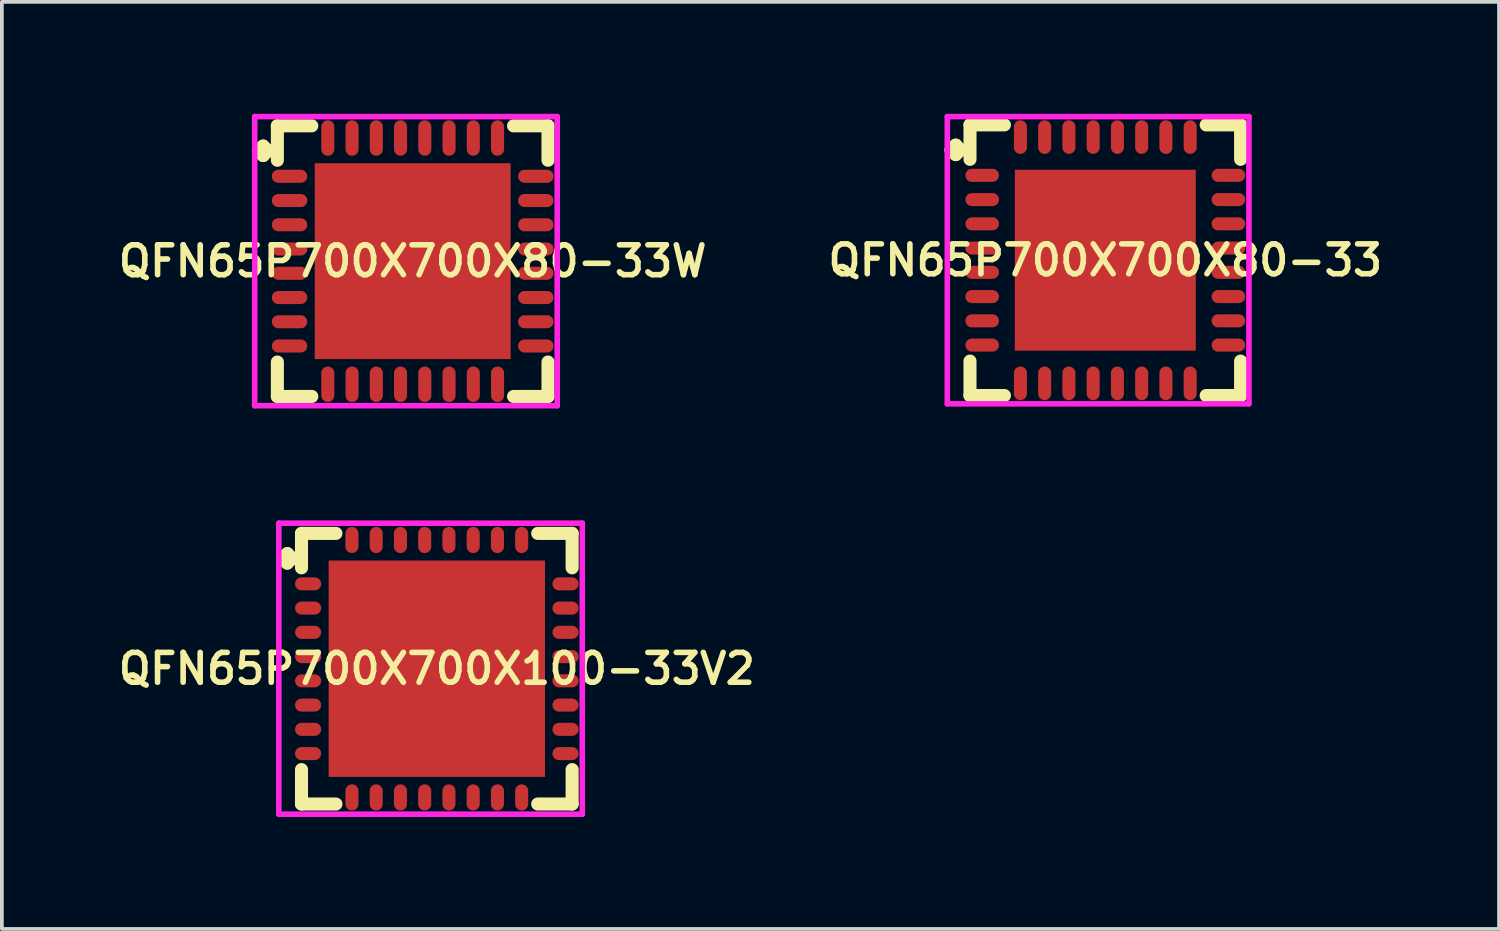
<source format=kicad_pcb>
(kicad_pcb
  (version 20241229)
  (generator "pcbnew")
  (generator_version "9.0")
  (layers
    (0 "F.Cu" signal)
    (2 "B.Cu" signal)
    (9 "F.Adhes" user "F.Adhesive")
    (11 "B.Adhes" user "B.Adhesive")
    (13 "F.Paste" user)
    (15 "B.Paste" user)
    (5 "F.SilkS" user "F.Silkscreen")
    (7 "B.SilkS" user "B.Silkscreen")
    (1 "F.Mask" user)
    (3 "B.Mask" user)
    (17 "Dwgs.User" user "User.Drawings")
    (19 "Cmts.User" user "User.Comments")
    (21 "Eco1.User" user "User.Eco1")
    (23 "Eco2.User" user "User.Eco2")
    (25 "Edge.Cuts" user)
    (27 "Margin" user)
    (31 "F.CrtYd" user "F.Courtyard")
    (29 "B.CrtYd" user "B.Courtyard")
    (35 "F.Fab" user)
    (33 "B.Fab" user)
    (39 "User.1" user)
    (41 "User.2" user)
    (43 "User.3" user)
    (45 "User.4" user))
  (footprint "QFN65P700X700X100-33V2"
    (layer "F.Cu")
    (at 8.659 14.875)
    (property "Reference" "QFN65P700X700X100-33V2" (at 0 0 0) (layer "F.SilkS") (effects (font (size 0.8 0.8) (thickness 0.15))))
    (attr smd)
    (fp_line (start -4.135 -2.958) (end -4.008 -3.085) (stroke (width 0.35) (type solid)) (layer "F.SilkS"))
    (fp_line (start -4.008 -3.085) (end -3.881 -2.958) (stroke (width 0.35) (type solid)) (layer "F.SilkS"))
    (fp_line (start -4.008 -2.831) (end -4.135 -2.958) (stroke (width 0.35) (type solid)) (layer "F.SilkS"))
    (fp_line (start -3.881 -2.958) (end -4.008 -2.831) (stroke (width 0.35) (type solid)) (layer "F.SilkS"))
    (fp_line (start -3.627 -3.627) (end -2.704 -3.627) (stroke (width 0.35) (type solid)) (layer "F.SilkS"))
    (fp_line (start -3.627 -2.704) (end -3.627 -3.627) (stroke (width 0.35) (type solid)) (layer "F.SilkS"))
    (fp_line (start -3.627 2.704) (end -3.627 3.627) (stroke (width 0.35) (type solid)) (layer "F.SilkS"))
    (fp_line (start -3.627 3.627) (end -2.704 3.627) (stroke (width 0.35) (type solid)) (layer "F.SilkS"))
    (fp_line (start 2.704 -3.627) (end 3.627 -3.627) (stroke (width 0.35) (type solid)) (layer "F.SilkS"))
    (fp_line (start 2.704 3.627) (end 3.627 3.627) (stroke (width 0.35) (type solid)) (layer "F.SilkS"))
    (fp_line (start 3.627 -3.627) (end 3.627 -2.704) (stroke (width 0.35) (type solid)) (layer "F.SilkS"))
    (fp_line (start 3.627 3.627) (end 3.627 2.704) (stroke (width 0.35) (type solid)) (layer "F.SilkS"))
    (fp_line (start -4.235 -3.9) (end 3.9 -3.9) (stroke (width 0.15) (type solid)) (layer "F.CrtYd"))
    (fp_line (start -4.235 3.9) (end -4.235 -3.9) (stroke (width 0.15) (type solid)) (layer "F.CrtYd"))
    (fp_line (start 3.9 -3.9) (end 3.9 3.9) (stroke (width 0.15) (type solid)) (layer "F.CrtYd"))
    (fp_line (start 3.9 3.9) (end -4.235 3.9) (stroke (width 0.15) (type solid)) (layer "F.CrtYd"))
    (pad "1" smd oval (at -3.45 -2.275) (size 0.7 0.35) (layers "F.Cu" "F.Mask" "F.Paste"))
    (pad "2" smd oval (at -3.45 -1.625) (size 0.7 0.35) (layers "F.Cu" "F.Mask" "F.Paste"))
    (pad "3" smd oval (at -3.45 -0.975) (size 0.7 0.35) (layers "F.Cu" "F.Mask" "F.Paste"))
    (pad "4" smd oval (at -3.45 -0.325) (size 0.7 0.35) (layers "F.Cu" "F.Mask" "F.Paste"))
    (pad "5" smd oval (at -3.45 0.325) (size 0.7 0.35) (layers "F.Cu" "F.Mask" "F.Paste"))
    (pad "6" smd oval (at -3.45 0.975) (size 0.7 0.35) (layers "F.Cu" "F.Mask" "F.Paste"))
    (pad "7" smd oval (at -3.45 1.625) (size 0.7 0.35) (layers "F.Cu" "F.Mask" "F.Paste"))
    (pad "8" smd oval (at -3.45 2.275) (size 0.7 0.35) (layers "F.Cu" "F.Mask" "F.Paste"))
    (pad "9" smd oval (at -2.275 3.45) (size 0.35 0.7) (layers "F.Cu" "F.Mask" "F.Paste"))
    (pad "10" smd oval (at -1.625 3.45) (size 0.35 0.7) (layers "F.Cu" "F.Mask" "F.Paste"))
    (pad "11" smd oval (at -0.975 3.45) (size 0.35 0.7) (layers "F.Cu" "F.Mask" "F.Paste"))
    (pad "12" smd oval (at -0.325 3.45) (size 0.35 0.7) (layers "F.Cu" "F.Mask" "F.Paste"))
    (pad "13" smd oval (at 0.325 3.45) (size 0.35 0.7) (layers "F.Cu" "F.Mask" "F.Paste"))
    (pad "14" smd oval (at 0.975 3.45) (size 0.35 0.7) (layers "F.Cu" "F.Mask" "F.Paste"))
    (pad "15" smd oval (at 1.625 3.45) (size 0.35 0.7) (layers "F.Cu" "F.Mask" "F.Paste"))
    (pad "16" smd oval (at 2.275 3.45) (size 0.35 0.7) (layers "F.Cu" "F.Mask" "F.Paste"))
    (pad "17" smd oval (at 3.45 2.275) (size 0.7 0.35) (layers "F.Cu" "F.Mask" "F.Paste"))
    (pad "18" smd oval (at 3.45 1.625) (size 0.7 0.35) (layers "F.Cu" "F.Mask" "F.Paste"))
    (pad "19" smd oval (at 3.45 0.975) (size 0.7 0.35) (layers "F.Cu" "F.Mask" "F.Paste"))
    (pad "20" smd oval (at 3.45 0.325) (size 0.7 0.35) (layers "F.Cu" "F.Mask" "F.Paste"))
    (pad "21" smd oval (at 3.45 -0.325) (size 0.7 0.35) (layers "F.Cu" "F.Mask" "F.Paste"))
    (pad "22" smd oval (at 3.45 -0.975) (size 0.7 0.35) (layers "F.Cu" "F.Mask" "F.Paste"))
    (pad "23" smd oval (at 3.45 -1.625) (size 0.7 0.35) (layers "F.Cu" "F.Mask" "F.Paste"))
    (pad "24" smd oval (at 3.45 -2.275) (size 0.7 0.35) (layers "F.Cu" "F.Mask" "F.Paste"))
    (pad "25" smd oval (at 2.275 -3.45) (size 0.35 0.7) (layers "F.Cu" "F.Mask" "F.Paste"))
    (pad "26" smd oval (at 1.625 -3.45) (size 0.35 0.7) (layers "F.Cu" "F.Mask" "F.Paste"))
    (pad "27" smd oval (at 0.975 -3.45) (size 0.35 0.7) (layers "F.Cu" "F.Mask" "F.Paste"))
    (pad "28" smd oval (at 0.325 -3.45) (size 0.35 0.7) (layers "F.Cu" "F.Mask" "F.Paste"))
    (pad "29" smd oval (at -0.325 -3.45) (size 0.35 0.7) (layers "F.Cu" "F.Mask" "F.Paste"))
    (pad "30" smd oval (at -0.975 -3.45) (size 0.35 0.7) (layers "F.Cu" "F.Mask" "F.Paste"))
    (pad "31" smd oval (at -1.625 -3.45) (size 0.35 0.7) (layers "F.Cu" "F.Mask" "F.Paste"))
    (pad "32" smd oval (at -2.275 -3.45) (size 0.35 0.7) (layers "F.Cu" "F.Mask" "F.Paste"))
    (pad "33" smd rect (at 0 0) (size 5.8 5.8) (layers "F.Cu" "F.Mask" "F.Paste")))
  (footprint "QFN65P700X700X80-33"
    (layer "F.Cu")
    (at 26.578 3.925)
    (property "Reference" "QFN65P700X700X80-33" (at 0 0 0) (layer "F.SilkS") (effects (font (size 0.8 0.8) (thickness 0.15))))
    (attr smd)
    (fp_line (start -4.135 -2.958) (end -4.008 -3.085) (stroke (width 0.35) (type solid)) (layer "F.SilkS"))
    (fp_line (start -4.008 -3.085) (end -3.881 -2.958) (stroke (width 0.35) (type solid)) (layer "F.SilkS"))
    (fp_line (start -4.008 -2.831) (end -4.135 -2.958) (stroke (width 0.35) (type solid)) (layer "F.SilkS"))
    (fp_line (start -3.881 -2.958) (end -4.008 -2.831) (stroke (width 0.35) (type solid)) (layer "F.SilkS"))
    (fp_line (start -3.627 -3.627) (end -2.704 -3.627) (stroke (width 0.35) (type solid)) (layer "F.SilkS"))
    (fp_line (start -3.627 -2.704) (end -3.627 -3.627) (stroke (width 0.35) (type solid)) (layer "F.SilkS"))
    (fp_line (start -3.627 2.704) (end -3.627 3.627) (stroke (width 0.35) (type solid)) (layer "F.SilkS"))
    (fp_line (start -3.627 3.627) (end -2.704 3.627) (stroke (width 0.35) (type solid)) (layer "F.SilkS"))
    (fp_line (start 2.704 -3.627) (end 3.627 -3.627) (stroke (width 0.35) (type solid)) (layer "F.SilkS"))
    (fp_line (start 2.704 3.627) (end 3.627 3.627) (stroke (width 0.35) (type solid)) (layer "F.SilkS"))
    (fp_line (start 3.627 -3.627) (end 3.627 -2.704) (stroke (width 0.35) (type solid)) (layer "F.SilkS"))
    (fp_line (start 3.627 3.627) (end 3.627 2.704) (stroke (width 0.35) (type solid)) (layer "F.SilkS"))
    (fp_line (start -4.235 -3.85) (end 3.85 -3.85) (stroke (width 0.15) (type solid)) (layer "F.CrtYd"))
    (fp_line (start -4.235 3.85) (end -4.235 -3.85) (stroke (width 0.15) (type solid)) (layer "F.CrtYd"))
    (fp_line (start 3.85 -3.85) (end 3.85 3.85) (stroke (width 0.15) (type solid)) (layer "F.CrtYd"))
    (fp_line (start 3.85 3.85) (end -4.235 3.85) (stroke (width 0.15) (type solid)) (layer "F.CrtYd"))
    (pad "1" smd oval (at -3.3 -2.275) (size 0.9 0.35) (layers "F.Cu" "F.Mask" "F.Paste"))
    (pad "2" smd oval (at -3.3 -1.625) (size 0.9 0.35) (layers "F.Cu" "F.Mask" "F.Paste"))
    (pad "3" smd oval (at -3.3 -0.975) (size 0.9 0.35) (layers "F.Cu" "F.Mask" "F.Paste"))
    (pad "4" smd oval (at -3.3 -0.325) (size 0.9 0.35) (layers "F.Cu" "F.Mask" "F.Paste"))
    (pad "5" smd oval (at -3.3 0.325) (size 0.9 0.35) (layers "F.Cu" "F.Mask" "F.Paste"))
    (pad "6" smd oval (at -3.3 0.975) (size 0.9 0.35) (layers "F.Cu" "F.Mask" "F.Paste"))
    (pad "7" smd oval (at -3.3 1.625) (size 0.9 0.35) (layers "F.Cu" "F.Mask" "F.Paste"))
    (pad "8" smd oval (at -3.3 2.275) (size 0.9 0.35) (layers "F.Cu" "F.Mask" "F.Paste"))
    (pad "9" smd oval (at -2.275 3.3) (size 0.35 0.9) (layers "F.Cu" "F.Mask" "F.Paste"))
    (pad "10" smd oval (at -1.625 3.3) (size 0.35 0.9) (layers "F.Cu" "F.Mask" "F.Paste"))
    (pad "11" smd oval (at -0.975 3.3) (size 0.35 0.9) (layers "F.Cu" "F.Mask" "F.Paste"))
    (pad "12" smd oval (at -0.325 3.3) (size 0.35 0.9) (layers "F.Cu" "F.Mask" "F.Paste"))
    (pad "13" smd oval (at 0.325 3.3) (size 0.35 0.9) (layers "F.Cu" "F.Mask" "F.Paste"))
    (pad "14" smd oval (at 0.975 3.3) (size 0.35 0.9) (layers "F.Cu" "F.Mask" "F.Paste"))
    (pad "15" smd oval (at 1.625 3.3) (size 0.35 0.9) (layers "F.Cu" "F.Mask" "F.Paste"))
    (pad "16" smd oval (at 2.275 3.3) (size 0.35 0.9) (layers "F.Cu" "F.Mask" "F.Paste"))
    (pad "17" smd oval (at 3.3 2.275) (size 0.9 0.35) (layers "F.Cu" "F.Mask" "F.Paste"))
    (pad "18" smd oval (at 3.3 1.625) (size 0.9 0.35) (layers "F.Cu" "F.Mask" "F.Paste"))
    (pad "19" smd oval (at 3.3 0.975) (size 0.9 0.35) (layers "F.Cu" "F.Mask" "F.Paste"))
    (pad "20" smd oval (at 3.3 0.325) (size 0.9 0.35) (layers "F.Cu" "F.Mask" "F.Paste"))
    (pad "21" smd oval (at 3.3 -0.325) (size 0.9 0.35) (layers "F.Cu" "F.Mask" "F.Paste"))
    (pad "22" smd oval (at 3.3 -0.975) (size 0.9 0.35) (layers "F.Cu" "F.Mask" "F.Paste"))
    (pad "23" smd oval (at 3.3 -1.625) (size 0.9 0.35) (layers "F.Cu" "F.Mask" "F.Paste"))
    (pad "24" smd oval (at 3.3 -2.275) (size 0.9 0.35) (layers "F.Cu" "F.Mask" "F.Paste"))
    (pad "25" smd oval (at 2.275 -3.3) (size 0.35 0.9) (layers "F.Cu" "F.Mask" "F.Paste"))
    (pad "26" smd oval (at 1.625 -3.3) (size 0.35 0.9) (layers "F.Cu" "F.Mask" "F.Paste"))
    (pad "27" smd oval (at 0.975 -3.3) (size 0.35 0.9) (layers "F.Cu" "F.Mask" "F.Paste"))
    (pad "28" smd oval (at 0.325 -3.3) (size 0.35 0.9) (layers "F.Cu" "F.Mask" "F.Paste"))
    (pad "29" smd oval (at -0.325 -3.3) (size 0.35 0.9) (layers "F.Cu" "F.Mask" "F.Paste"))
    (pad "30" smd oval (at -0.975 -3.3) (size 0.35 0.9) (layers "F.Cu" "F.Mask" "F.Paste"))
    (pad "31" smd oval (at -1.625 -3.3) (size 0.35 0.9) (layers "F.Cu" "F.Mask" "F.Paste"))
    (pad "32" smd oval (at -2.275 -3.3) (size 0.35 0.9) (layers "F.Cu" "F.Mask" "F.Paste"))
    (pad "33" smd rect (at 0 0) (size 4.85 4.85) (layers "F.Cu" "F.Mask" "F.Paste")))
  (footprint "QFN65P700X700X80-33W"
    (layer "F.Cu")
    (at 8.012 3.95)
    (property "Reference" "QFN65P700X700X80-33W" (at 0 0 0) (layer "F.SilkS") (effects (font (size 0.8 0.8) (thickness 0.15))))
    (attr smd)
    (fp_line (start -4.135 -2.958) (end -4.008 -3.085) (stroke (width 0.35) (type solid)) (layer "F.SilkS"))
    (fp_line (start -4.008 -3.085) (end -3.881 -2.958) (stroke (width 0.35) (type solid)) (layer "F.SilkS"))
    (fp_line (start -4.008 -2.831) (end -4.135 -2.958) (stroke (width 0.35) (type solid)) (layer "F.SilkS"))
    (fp_line (start -3.881 -2.958) (end -4.008 -2.831) (stroke (width 0.35) (type solid)) (layer "F.SilkS"))
    (fp_line (start -3.627 -3.627) (end -2.704 -3.627) (stroke (width 0.35) (type solid)) (layer "F.SilkS"))
    (fp_line (start -3.627 -2.704) (end -3.627 -3.627) (stroke (width 0.35) (type solid)) (layer "F.SilkS"))
    (fp_line (start -3.627 2.704) (end -3.627 3.627) (stroke (width 0.35) (type solid)) (layer "F.SilkS"))
    (fp_line (start -3.627 3.627) (end -2.704 3.627) (stroke (width 0.35) (type solid)) (layer "F.SilkS"))
    (fp_line (start 2.704 -3.627) (end 3.627 -3.627) (stroke (width 0.35) (type solid)) (layer "F.SilkS"))
    (fp_line (start 2.704 3.627) (end 3.627 3.627) (stroke (width 0.35) (type solid)) (layer "F.SilkS"))
    (fp_line (start 3.627 -3.627) (end 3.627 -2.704) (stroke (width 0.35) (type solid)) (layer "F.SilkS"))
    (fp_line (start 3.627 3.627) (end 3.627 2.704) (stroke (width 0.35) (type solid)) (layer "F.SilkS"))
    (fp_line (start -4.235 -3.875) (end 3.875 -3.875) (stroke (width 0.15) (type solid)) (layer "F.CrtYd"))
    (fp_line (start -4.235 3.875) (end -4.235 -3.875) (stroke (width 0.15) (type solid)) (layer "F.CrtYd"))
    (fp_line (start 3.875 -3.875) (end 3.875 3.875) (stroke (width 0.15) (type solid)) (layer "F.CrtYd"))
    (fp_line (start 3.875 3.875) (end -4.235 3.875) (stroke (width 0.15) (type solid)) (layer "F.CrtYd"))
    (pad "1" smd oval (at -3.3 -2.275) (size 0.95 0.35) (layers "F.Cu" "F.Mask" "F.Paste"))
    (pad "2" smd oval (at -3.3 -1.625) (size 0.95 0.35) (layers "F.Cu" "F.Mask" "F.Paste"))
    (pad "3" smd oval (at -3.3 -0.975) (size 0.95 0.35) (layers "F.Cu" "F.Mask" "F.Paste"))
    (pad "4" smd oval (at -3.3 -0.325) (size 0.95 0.35) (layers "F.Cu" "F.Mask" "F.Paste"))
    (pad "5" smd oval (at -3.3 0.325) (size 0.95 0.35) (layers "F.Cu" "F.Mask" "F.Paste"))
    (pad "6" smd oval (at -3.3 0.975) (size 0.95 0.35) (layers "F.Cu" "F.Mask" "F.Paste"))
    (pad "7" smd oval (at -3.3 1.625) (size 0.95 0.35) (layers "F.Cu" "F.Mask" "F.Paste"))
    (pad "8" smd oval (at -3.3 2.275) (size 0.95 0.35) (layers "F.Cu" "F.Mask" "F.Paste"))
    (pad "9" smd oval (at -2.275 3.3) (size 0.35 0.95) (layers "F.Cu" "F.Mask" "F.Paste"))
    (pad "10" smd oval (at -1.625 3.3) (size 0.35 0.95) (layers "F.Cu" "F.Mask" "F.Paste"))
    (pad "11" smd oval (at -0.975 3.3) (size 0.35 0.95) (layers "F.Cu" "F.Mask" "F.Paste"))
    (pad "12" smd oval (at -0.325 3.3) (size 0.35 0.95) (layers "F.Cu" "F.Mask" "F.Paste"))
    (pad "13" smd oval (at 0.325 3.3) (size 0.35 0.95) (layers "F.Cu" "F.Mask" "F.Paste"))
    (pad "14" smd oval (at 0.975 3.3) (size 0.35 0.95) (layers "F.Cu" "F.Mask" "F.Paste"))
    (pad "15" smd oval (at 1.625 3.3) (size 0.35 0.95) (layers "F.Cu" "F.Mask" "F.Paste"))
    (pad "16" smd oval (at 2.275 3.3) (size 0.35 0.95) (layers "F.Cu" "F.Mask" "F.Paste"))
    (pad "17" smd oval (at 3.3 2.275) (size 0.95 0.35) (layers "F.Cu" "F.Mask" "F.Paste"))
    (pad "18" smd oval (at 3.3 1.625) (size 0.95 0.35) (layers "F.Cu" "F.Mask" "F.Paste"))
    (pad "19" smd oval (at 3.3 0.975) (size 0.95 0.35) (layers "F.Cu" "F.Mask" "F.Paste"))
    (pad "20" smd oval (at 3.3 0.325) (size 0.95 0.35) (layers "F.Cu" "F.Mask" "F.Paste"))
    (pad "21" smd oval (at 3.3 -0.325) (size 0.95 0.35) (layers "F.Cu" "F.Mask" "F.Paste"))
    (pad "22" smd oval (at 3.3 -0.975) (size 0.95 0.35) (layers "F.Cu" "F.Mask" "F.Paste"))
    (pad "23" smd oval (at 3.3 -1.625) (size 0.95 0.35) (layers "F.Cu" "F.Mask" "F.Paste"))
    (pad "24" smd oval (at 3.3 -2.275) (size 0.95 0.35) (layers "F.Cu" "F.Mask" "F.Paste"))
    (pad "25" smd oval (at 2.275 -3.3) (size 0.35 0.95) (layers "F.Cu" "F.Mask" "F.Paste"))
    (pad "26" smd oval (at 1.625 -3.3) (size 0.35 0.95) (layers "F.Cu" "F.Mask" "F.Paste"))
    (pad "27" smd oval (at 0.975 -3.3) (size 0.35 0.95) (layers "F.Cu" "F.Mask" "F.Paste"))
    (pad "28" smd oval (at 0.325 -3.3) (size 0.35 0.95) (layers "F.Cu" "F.Mask" "F.Paste"))
    (pad "29" smd oval (at -0.325 -3.3) (size 0.35 0.95) (layers "F.Cu" "F.Mask" "F.Paste"))
    (pad "30" smd oval (at -0.975 -3.3) (size 0.35 0.95) (layers "F.Cu" "F.Mask" "F.Paste"))
    (pad "31" smd oval (at -1.625 -3.3) (size 0.35 0.95) (layers "F.Cu" "F.Mask" "F.Paste"))
    (pad "32" smd oval (at -2.275 -3.3) (size 0.35 0.95) (layers "F.Cu" "F.Mask" "F.Paste"))
    (pad "33" smd rect (at 0 0) (size 5.25 5.25) (layers "F.Cu" "F.Mask" "F.Paste")))
  (gr_rect
    (start -3 -3)
    (end 37.132 21.85)
    (stroke (width 0.1) (type default))
    (fill no)
    (layer "Edge.Cuts")))
</source>
